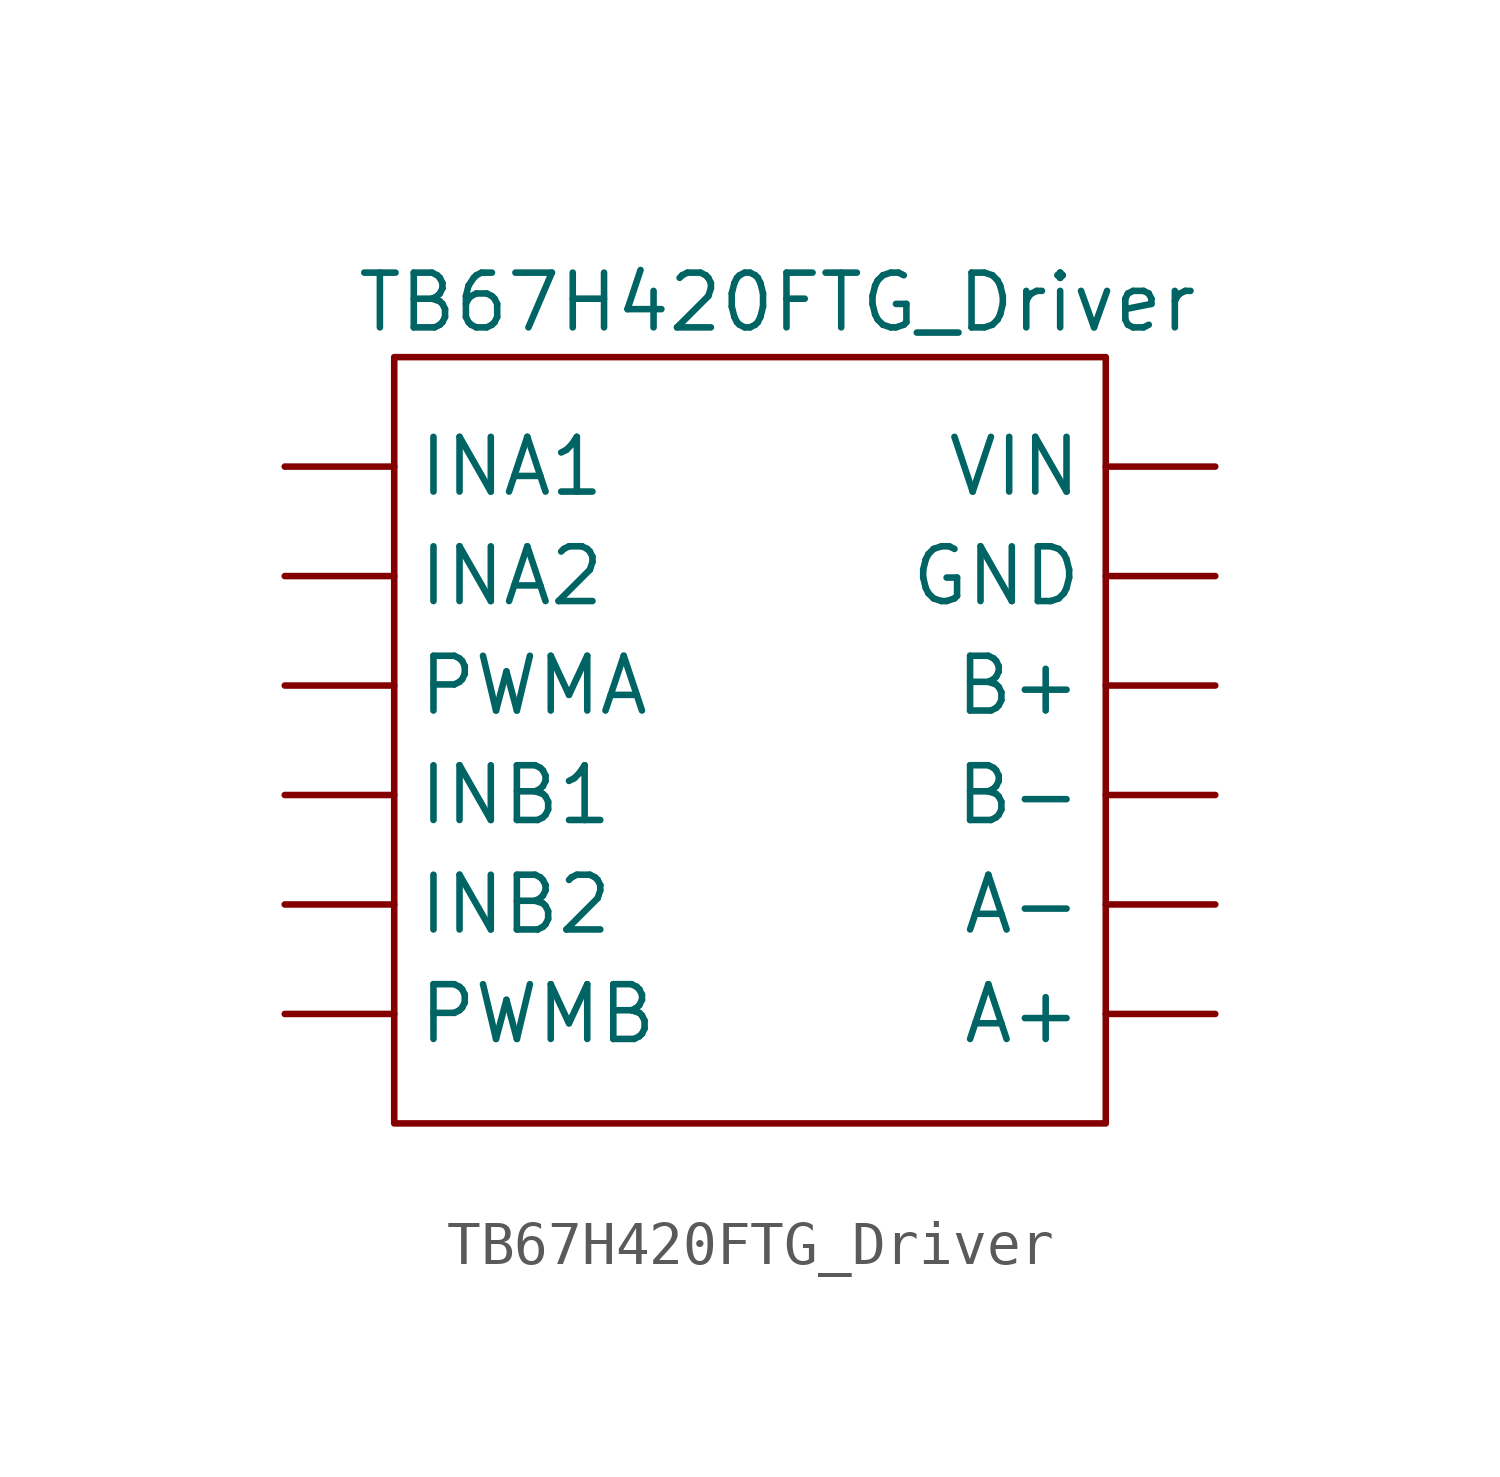
<source format=kicad_sym>
(kicad_symbol_lib
  (version 20211014)
  (generator kicad_symbol_editor)
  (symbol "TB67H420FTG_Driver"
    (property "Reference" "U"
      (at 0 7.62 0)
      (effects (font (size 1.27 1.27)) hide))
    (property "Value" "TB67H420FTG_Driver"
      (at 0 7.62 0)
      (effects (font (size 1.27 1.27))))
    (symbol "TB67H420FTG_Driver_0_1"
      (rectangle (start -8.89 6.35) (end 7.62 -11.43) (stroke (width 0) (type default) (color 0 0 0 0)) (fill (type none))))
    (symbol "TB67H420FTG_Driver_1_1"
      (pin output line (at 10.16 -8.89 180) (length 2.54) (name "A+" (effects (font (size 1.27 1.27)))) (number "" (effects (font (size 1.27 1.27)))))
      (pin output line (at 10.16 -6.35 180) (length 2.54) (name "A-" (effects (font (size 1.27 1.27)))) (number "" (effects (font (size 1.27 1.27)))))
      (pin output line (at 10.16 -1.27 180) (length 2.54) (name "B+" (effects (font (size 1.27 1.27)))) (number "" (effects (font (size 1.27 1.27)))))
      (pin output line (at 10.16 -3.81 180) (length 2.54) (name "B-" (effects (font (size 1.27 1.27)))) (number "" (effects (font (size 1.27 1.27)))))
      (pin input line (at 10.16 1.27 180) (length 2.54) (name "GND" (effects (font (size 1.27 1.27)))) (number "" (effects (font (size 1.27 1.27)))))
      (pin input line (at -11.43 3.81 0) (length 2.54) (name "INA1" (effects (font (size 1.27 1.27)))) (number "" (effects (font (size 1.27 1.27)))))
      (pin input line (at -11.43 1.27 0) (length 2.54) (name "INA2" (effects (font (size 1.27 1.27)))) (number "" (effects (font (size 1.27 1.27)))))
      (pin input line (at -11.43 -3.81 0) (length 2.54) (name "INB1" (effects (font (size 1.27 1.27)))) (number "" (effects (font (size 1.27 1.27)))))
      (pin input line (at -11.43 -6.35 0) (length 2.54) (name "INB2" (effects (font (size 1.27 1.27)))) (number "" (effects (font (size 1.27 1.27)))))
      (pin input line (at -11.43 -1.27 0) (length 2.54) (name "PWMA" (effects (font (size 1.27 1.27)))) (number "" (effects (font (size 1.27 1.27)))))
      (pin input line (at -11.43 -8.89 0) (length 2.54) (name "PWMB" (effects (font (size 1.27 1.27)))) (number "" (effects (font (size 1.27 1.27)))))
      (pin input line (at 10.16 3.81 180) (length 2.54) (name "VIN" (effects (font (size 1.27 1.27)))) (number "" (effects (font (size 1.27 1.27))))))))
</source>
